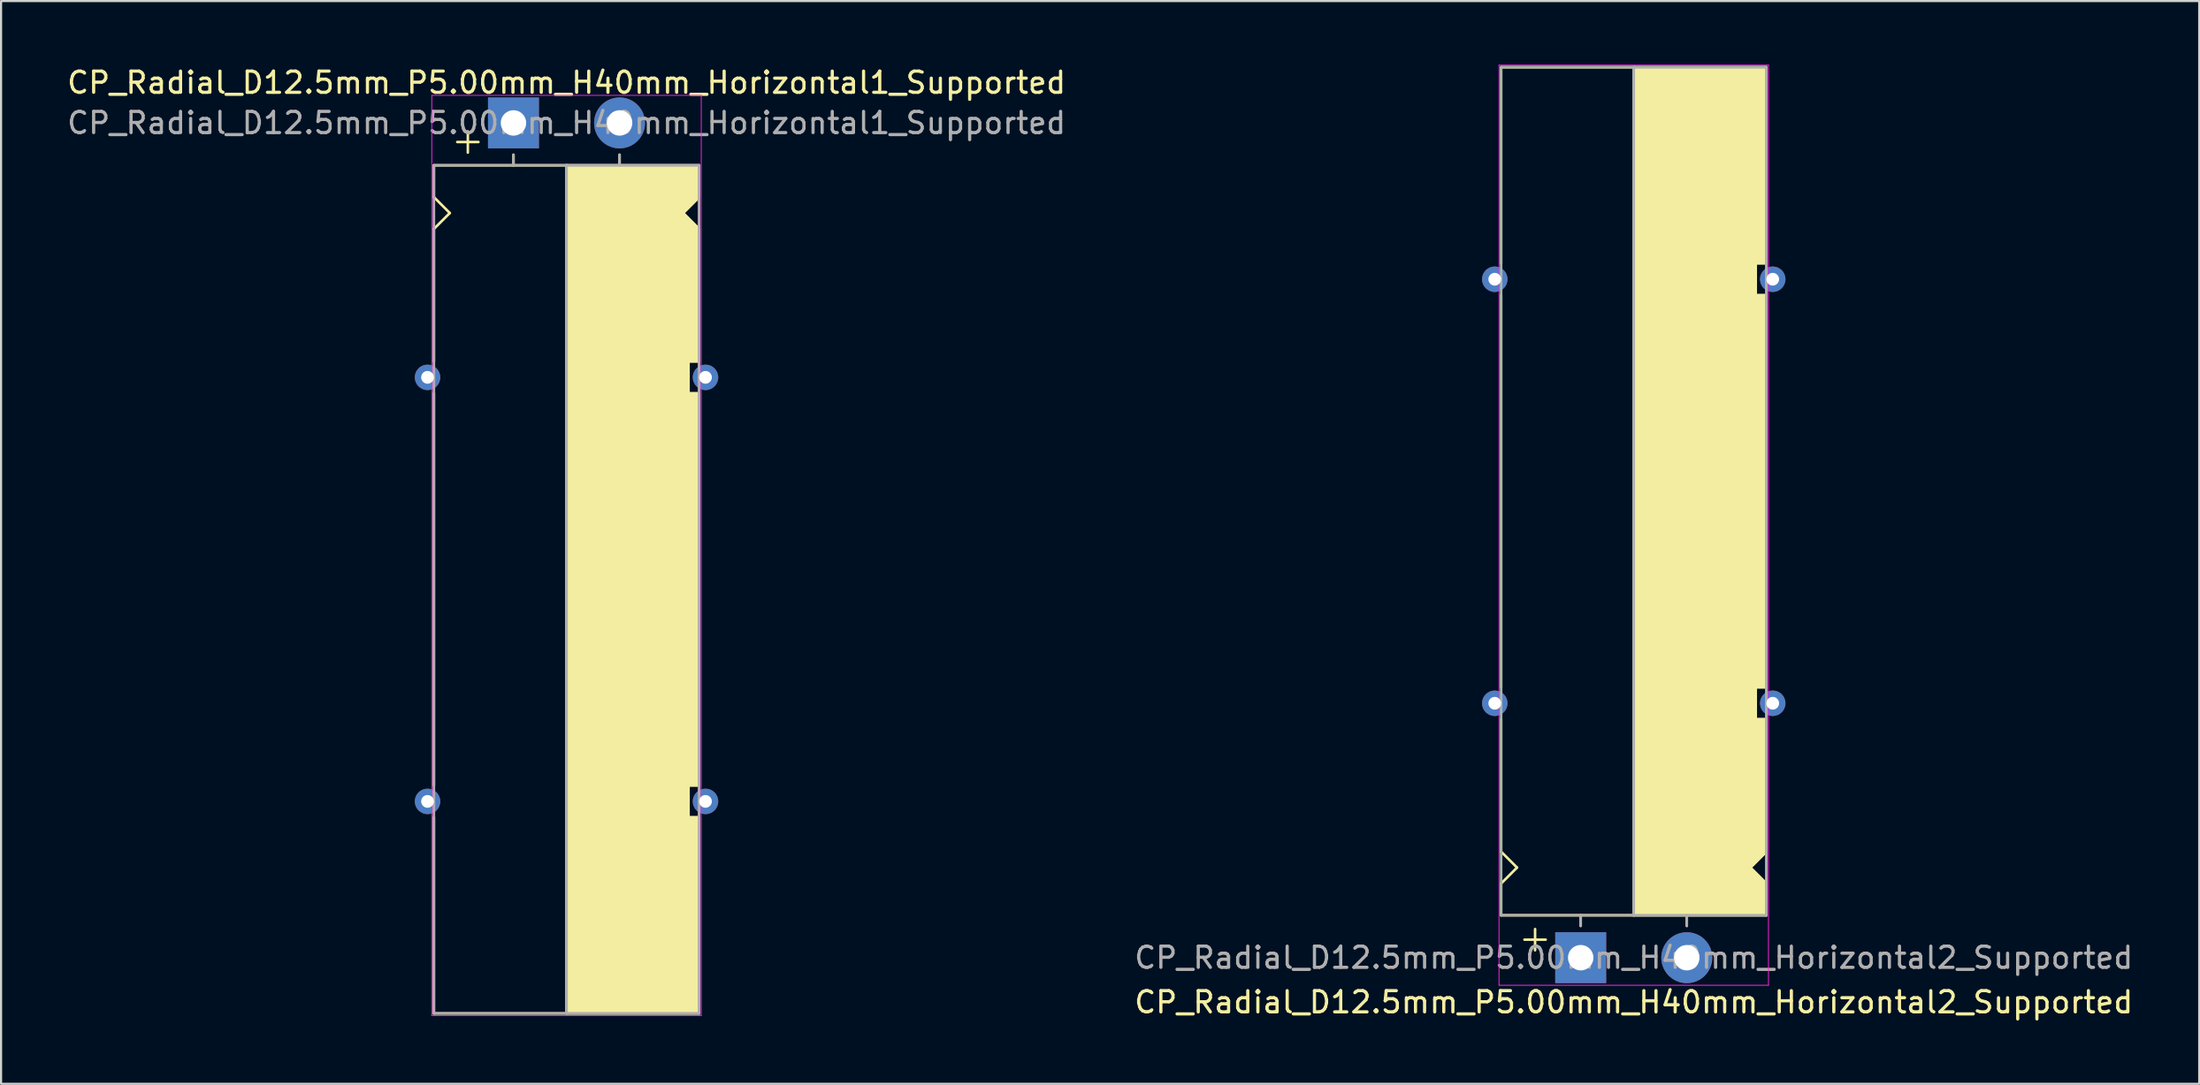
<source format=kicad_pcb>
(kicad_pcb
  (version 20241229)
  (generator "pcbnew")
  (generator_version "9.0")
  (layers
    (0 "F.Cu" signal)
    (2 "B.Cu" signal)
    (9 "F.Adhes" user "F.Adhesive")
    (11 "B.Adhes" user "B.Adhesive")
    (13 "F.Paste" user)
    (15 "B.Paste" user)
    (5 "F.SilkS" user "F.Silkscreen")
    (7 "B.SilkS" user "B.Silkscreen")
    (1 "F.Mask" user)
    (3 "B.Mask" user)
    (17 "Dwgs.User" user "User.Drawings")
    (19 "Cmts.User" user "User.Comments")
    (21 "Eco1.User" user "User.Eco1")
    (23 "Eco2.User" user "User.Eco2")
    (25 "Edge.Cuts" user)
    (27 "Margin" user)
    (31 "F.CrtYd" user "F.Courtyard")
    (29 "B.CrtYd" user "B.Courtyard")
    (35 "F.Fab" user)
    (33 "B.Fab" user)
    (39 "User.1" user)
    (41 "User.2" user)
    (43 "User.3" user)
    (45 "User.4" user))
  (footprint "CP_Radial_D12.5mm_P5.00mm_H40mm_Horizontal1_Supported"
    (layer "F.Cu")
    (at 21.149 2.748)
    (property "Reference" "CP_Radial_D12.5mm_P5.00mm_H40mm_Horizontal1_Supported" (at 2.5 -1.9 180) (layer "F.SilkS") (effects (font (size 1 1) (thickness 0.15))))
    (attr through_hole)
    (fp_line (start -3.75 2) (end -3.75 3.5) (stroke (width 0.12) (type solid)) (layer "F.SilkS"))
    (fp_line (start -3.75 3.5) (end -3 4.25) (stroke (width 0.12) (type solid)) (layer "F.SilkS"))
    (fp_line (start -3.75 5) (end -3.75 11.25) (stroke (width 0.12) (type solid)) (layer "F.SilkS"))
    (fp_line (start -3.75 12.75) (end -3.75 31.25) (stroke (width 0.12) (type solid)) (layer "F.SilkS"))
    (fp_line (start -3.75 42) (end -3.75 32.75) (stroke (width 0.12) (type solid)) (layer "F.SilkS"))
    (fp_line (start -3 4.25) (end -3.75 5) (stroke (width 0.12) (type solid)) (layer "F.SilkS"))
    (fp_line (start -2.15 0.4) (end -2.15 1.4) (stroke (width 0.12) (type solid)) (layer "F.SilkS"))
    (fp_line (start -1.65 0.9) (end -2.65 0.9) (stroke (width 0.12) (type solid)) (layer "F.SilkS"))
    (fp_line (start 0 1.5) (end 0 2) (stroke (width 0.12) (type solid)) (layer "F.SilkS"))
    (fp_line (start 2.5 2) (end -3.75 2) (stroke (width 0.12) (type solid)) (layer "F.SilkS"))
    (fp_line (start 2.5 2) (end 2.5 42) (stroke (width 0.12) (type solid)) (layer "F.SilkS"))
    (fp_line (start 2.5 2) (end 8.75 2) (stroke (width 0.12) (type solid)) (layer "F.SilkS"))
    (fp_line (start 5 1.5) (end 5 2) (stroke (width 0.12) (type solid)) (layer "F.SilkS"))
    (fp_line (start 8 4.25) (end 8.75 5) (stroke (width 0.12) (type solid)) (layer "F.SilkS"))
    (fp_line (start 8.25 11.25) (end 8.75 11.25) (stroke (width 0.12) (type solid)) (layer "F.SilkS"))
    (fp_line (start 8.25 12.75) (end 8.25 11.25) (stroke (width 0.12) (type solid)) (layer "F.SilkS"))
    (fp_line (start 8.25 31.25) (end 8.75 31.25) (stroke (width 0.12) (type solid)) (layer "F.SilkS"))
    (fp_line (start 8.25 32.75) (end 8.25 31.25) (stroke (width 0.12) (type solid)) (layer "F.SilkS"))
    (fp_line (start 8.75 2) (end 8.75 3.5) (stroke (width 0.12) (type solid)) (layer "F.SilkS"))
    (fp_line (start 8.75 3.5) (end 8 4.25) (stroke (width 0.12) (type solid)) (layer "F.SilkS"))
    (fp_line (start 8.75 5) (end 8.75 11.25) (stroke (width 0.12) (type solid)) (layer "F.SilkS"))
    (fp_line (start 8.75 12.75) (end 8.25 12.75) (stroke (width 0.12) (type solid)) (layer "F.SilkS"))
    (fp_line (start 8.75 12.75) (end 8.75 31.25) (stroke (width 0.12) (type solid)) (layer "F.SilkS"))
    (fp_line (start 8.75 32.75) (end 8.25 32.75) (stroke (width 0.12) (type solid)) (layer "F.SilkS"))
    (fp_line (start 8.75 42) (end -3.75 42) (stroke (width 0.12) (type solid)) (layer "F.SilkS"))
    (fp_line (start 8.75 42) (end 8.75 32.75) (stroke (width 0.12) (type solid)) (layer "F.SilkS"))
    (fp_poly (pts (xy 8.75 3.5) (xy 8 4.25) (xy 8.75 5) (xy 8.75 11.25) (xy 8.25 11.25) (xy 8.25 12.75) (xy 8.75 12.75) (xy 8.75 31.25) (xy 8.25 31.25) (xy 8.25 32.75) (xy 8.75 32.75) (xy 8.75 42) (xy 2.5 42) (xy 2.5 2) (xy 8.75 2)) (stroke (width 0.1) (type solid)) (fill yes) (layer "F.SilkS"))
    (fp_line (start -3.85 -1.3) (end 8.85 -1.3) (stroke (width 0.04) (type solid)) (layer "F.CrtYd"))
    (fp_line (start -3.85 42.1) (end -3.85 -1.3) (stroke (width 0.04) (type solid)) (layer "F.CrtYd"))
    (fp_line (start 8.85 -1.3) (end 8.85 42.1) (stroke (width 0.04) (type solid)) (layer "F.CrtYd"))
    (fp_line (start 8.85 42.1) (end -3.85 42.1) (stroke (width 0.04) (type solid)) (layer "F.CrtYd"))
    (fp_line (start -3.75 2) (end -3.75 42) (stroke (width 0.12) (type solid)) (layer "F.Fab"))
    (fp_line (start -3.75 42) (end 8.75 42) (stroke (width 0.12) (type solid)) (layer "F.Fab"))
    (fp_line (start 0 1.5) (end 0 2) (stroke (width 0.12) (type solid)) (layer "F.Fab"))
    (fp_line (start 0 2) (end -3.75 2) (stroke (width 0.12) (type solid)) (layer "F.Fab"))
    (fp_line (start 2.5 2) (end 2.5 42) (stroke (width 0.12) (type solid)) (layer "F.Fab"))
    (fp_line (start 5 2) (end 5 1.5) (stroke (width 0.12) (type solid)) (layer "F.Fab"))
    (fp_line (start 8.75 2) (end 0 2) (stroke (width 0.12) (type solid)) (layer "F.Fab"))
    (fp_line (start 8.75 42) (end 8.75 2) (stroke (width 0.12) (type solid)) (layer "F.Fab"))
    (fp_poly (pts (xy 8.75 42) (xy 2.5 42) (xy 2.5 2) (xy 8.75 2)) (stroke (width 0.1) (type solid)) (fill no) (layer "F.Fab"))
    (fp_text user "${REFERENCE}" (at 2.5 0 0) (layer "F.Fab") (effects (font (size 1 1) (thickness 0.15))))
    (pad "" thru_hole circle (at -4.05 12) (size 1.2 1.2) (drill 0.6) (layers "*.Cu" "*.Mask"))
    (pad "" thru_hole circle (at -4.05 32) (size 1.2 1.2) (drill 0.6) (layers "*.Cu" "*.Mask"))
    (pad "" thru_hole circle (at 9.05 12) (size 1.2 1.2) (drill 0.6) (layers "*.Cu" "*.Mask"))
    (pad "" thru_hole circle (at 9.05 32) (size 1.2 1.2) (drill 0.6) (layers "*.Cu" "*.Mask"))
    (pad "1" thru_hole rect (at 0 0) (size 2.4 2.4) (drill 1.2) (layers "*.Cu" "*.Mask"))
    (pad "2" thru_hole circle (at 5 0) (size 2.4 2.4) (drill 1.2) (layers "*.Cu" "*.Mask")))
  (footprint "CP_Radial_D12.5mm_P5.00mm_H40mm_Horizontal2_Supported"
    (layer "F.Cu")
    (at 71.446 42.12)
    (property "Reference" "CP_Radial_D12.5mm_P5.00mm_H40mm_Horizontal2_Supported" (at 2.5 2.1 180) (layer "F.SilkS") (effects (font (size 1 1) (thickness 0.15))))
    (attr through_hole)
    (fp_line (start -3.75 -42) (end -3.75 -32.75) (stroke (width 0.12) (type solid)) (layer "F.SilkS"))
    (fp_line (start -3.75 -12.75) (end -3.75 -31.25) (stroke (width 0.12) (type solid)) (layer "F.SilkS"))
    (fp_line (start -3.75 -5) (end -3.75 -11.25) (stroke (width 0.12) (type solid)) (layer "F.SilkS"))
    (fp_line (start -3.75 -3.5) (end -3 -4.25) (stroke (width 0.12) (type solid)) (layer "F.SilkS"))
    (fp_line (start -3.75 -2) (end -3.75 -3.5) (stroke (width 0.12) (type solid)) (layer "F.SilkS"))
    (fp_line (start -3 -4.25) (end -3.75 -5) (stroke (width 0.12) (type solid)) (layer "F.SilkS"))
    (fp_line (start -2.15 -1.35) (end -2.15 -0.35) (stroke (width 0.12) (type solid)) (layer "F.SilkS"))
    (fp_line (start -1.65 -0.85) (end -2.65 -0.85) (stroke (width 0.12) (type solid)) (layer "F.SilkS"))
    (fp_line (start 0 -1.5) (end 0 -2) (stroke (width 0.12) (type solid)) (layer "F.SilkS"))
    (fp_line (start 2.5 -2) (end -3.75 -2) (stroke (width 0.12) (type solid)) (layer "F.SilkS"))
    (fp_line (start 2.5 -2) (end 2.5 -42) (stroke (width 0.12) (type solid)) (layer "F.SilkS"))
    (fp_line (start 2.5 -2) (end 8.75 -2) (stroke (width 0.12) (type solid)) (layer "F.SilkS"))
    (fp_line (start 5 -1.5) (end 5 -2) (stroke (width 0.12) (type solid)) (layer "F.SilkS"))
    (fp_line (start 8 -4.25) (end 8.75 -5) (stroke (width 0.12) (type solid)) (layer "F.SilkS"))
    (fp_line (start 8.25 -32.75) (end 8.25 -31.25) (stroke (width 0.12) (type solid)) (layer "F.SilkS"))
    (fp_line (start 8.25 -31.25) (end 8.75 -31.25) (stroke (width 0.12) (type solid)) (layer "F.SilkS"))
    (fp_line (start 8.25 -12.75) (end 8.25 -11.25) (stroke (width 0.12) (type solid)) (layer "F.SilkS"))
    (fp_line (start 8.25 -11.25) (end 8.75 -11.25) (stroke (width 0.12) (type solid)) (layer "F.SilkS"))
    (fp_line (start 8.75 -42) (end -3.75 -42) (stroke (width 0.12) (type solid)) (layer "F.SilkS"))
    (fp_line (start 8.75 -42) (end 8.75 -32.75) (stroke (width 0.12) (type solid)) (layer "F.SilkS"))
    (fp_line (start 8.75 -32.75) (end 8.25 -32.75) (stroke (width 0.12) (type solid)) (layer "F.SilkS"))
    (fp_line (start 8.75 -12.75) (end 8.25 -12.75) (stroke (width 0.12) (type solid)) (layer "F.SilkS"))
    (fp_line (start 8.75 -12.75) (end 8.75 -31.25) (stroke (width 0.12) (type solid)) (layer "F.SilkS"))
    (fp_line (start 8.75 -5) (end 8.75 -11.25) (stroke (width 0.12) (type solid)) (layer "F.SilkS"))
    (fp_line (start 8.75 -3.5) (end 8 -4.25) (stroke (width 0.12) (type solid)) (layer "F.SilkS"))
    (fp_line (start 8.75 -2) (end 8.75 -3.5) (stroke (width 0.12) (type solid)) (layer "F.SilkS"))
    (fp_poly (pts (xy 8.75 -3.5) (xy 8 -4.25) (xy 8.75 -5) (xy 8.75 -11.25) (xy 8.25 -11.25) (xy 8.25 -12.75) (xy 8.75 -12.75) (xy 8.75 -31.25) (xy 8.25 -31.25) (xy 8.25 -32.75) (xy 8.75 -32.75) (xy 8.75 -42) (xy 2.5 -42) (xy 2.5 -2) (xy 8.75 -2)) (stroke (width 0.1) (type solid)) (fill yes) (layer "F.SilkS"))
    (fp_line (start -3.85 -42.1) (end -3.85 1.3) (stroke (width 0.04) (type solid)) (layer "F.CrtYd"))
    (fp_line (start 8.85 -42.1) (end -3.85 -42.1) (stroke (width 0.04) (type solid)) (layer "F.CrtYd"))
    (fp_line (start 8.85 1.3) (end -3.85 1.3) (stroke (width 0.04) (type solid)) (layer "F.CrtYd"))
    (fp_line (start 8.85 1.3) (end 8.85 -42.1) (stroke (width 0.04) (type solid)) (layer "F.CrtYd"))
    (fp_line (start -3.75 -42) (end 8.75 -42) (stroke (width 0.12) (type solid)) (layer "F.Fab"))
    (fp_line (start -3.75 -2) (end -3.75 -42) (stroke (width 0.12) (type solid)) (layer "F.Fab"))
    (fp_line (start 0 -2) (end -3.75 -2) (stroke (width 0.12) (type solid)) (layer "F.Fab"))
    (fp_line (start 0 -1.5) (end 0 -2) (stroke (width 0.12) (type solid)) (layer "F.Fab"))
    (fp_line (start 2.5 -2) (end 2.5 -42) (stroke (width 0.12) (type solid)) (layer "F.Fab"))
    (fp_line (start 5 -2) (end 5 -1.5) (stroke (width 0.12) (type solid)) (layer "F.Fab"))
    (fp_line (start 8.75 -42) (end 8.75 -2) (stroke (width 0.12) (type solid)) (layer "F.Fab"))
    (fp_line (start 8.75 -2) (end 0 -2) (stroke (width 0.12) (type solid)) (layer "F.Fab"))
    (fp_poly (pts (xy 8.75 -42) (xy 2.5 -42) (xy 2.5 -2) (xy 8.75 -2)) (stroke (width 0.1) (type solid)) (fill no) (layer "F.Fab"))
    (fp_text user "${REFERENCE}" (at 2.5 0 0) (layer "F.Fab") (effects (font (size 1 1) (thickness 0.15))))
    (pad "" thru_hole circle (at -4.05 -32 180) (size 1.2 1.2) (drill 0.6) (layers "*.Cu" "*.Mask"))
    (pad "" thru_hole circle (at -4.05 -12 180) (size 1.2 1.2) (drill 0.6) (layers "*.Cu" "*.Mask"))
    (pad "" thru_hole circle (at 9.05 -32 180) (size 1.2 1.2) (drill 0.6) (layers "*.Cu" "*.Mask"))
    (pad "" thru_hole circle (at 9.05 -12 180) (size 1.2 1.2) (drill 0.6) (layers "*.Cu" "*.Mask"))
    (pad "1" thru_hole rect (at 0 0) (size 2.4 2.4) (drill 1.2) (layers "*.Cu" "*.Mask"))
    (pad "2" thru_hole circle (at 5 0) (size 2.4 2.4) (drill 1.2) (layers "*.Cu" "*.Mask")))
  (gr_rect
    (start -3 -3)
    (end 100.595 48.068)
    (stroke (width 0.1) (type default))
    (fill no)
    (layer "Edge.Cuts")))
</source>
